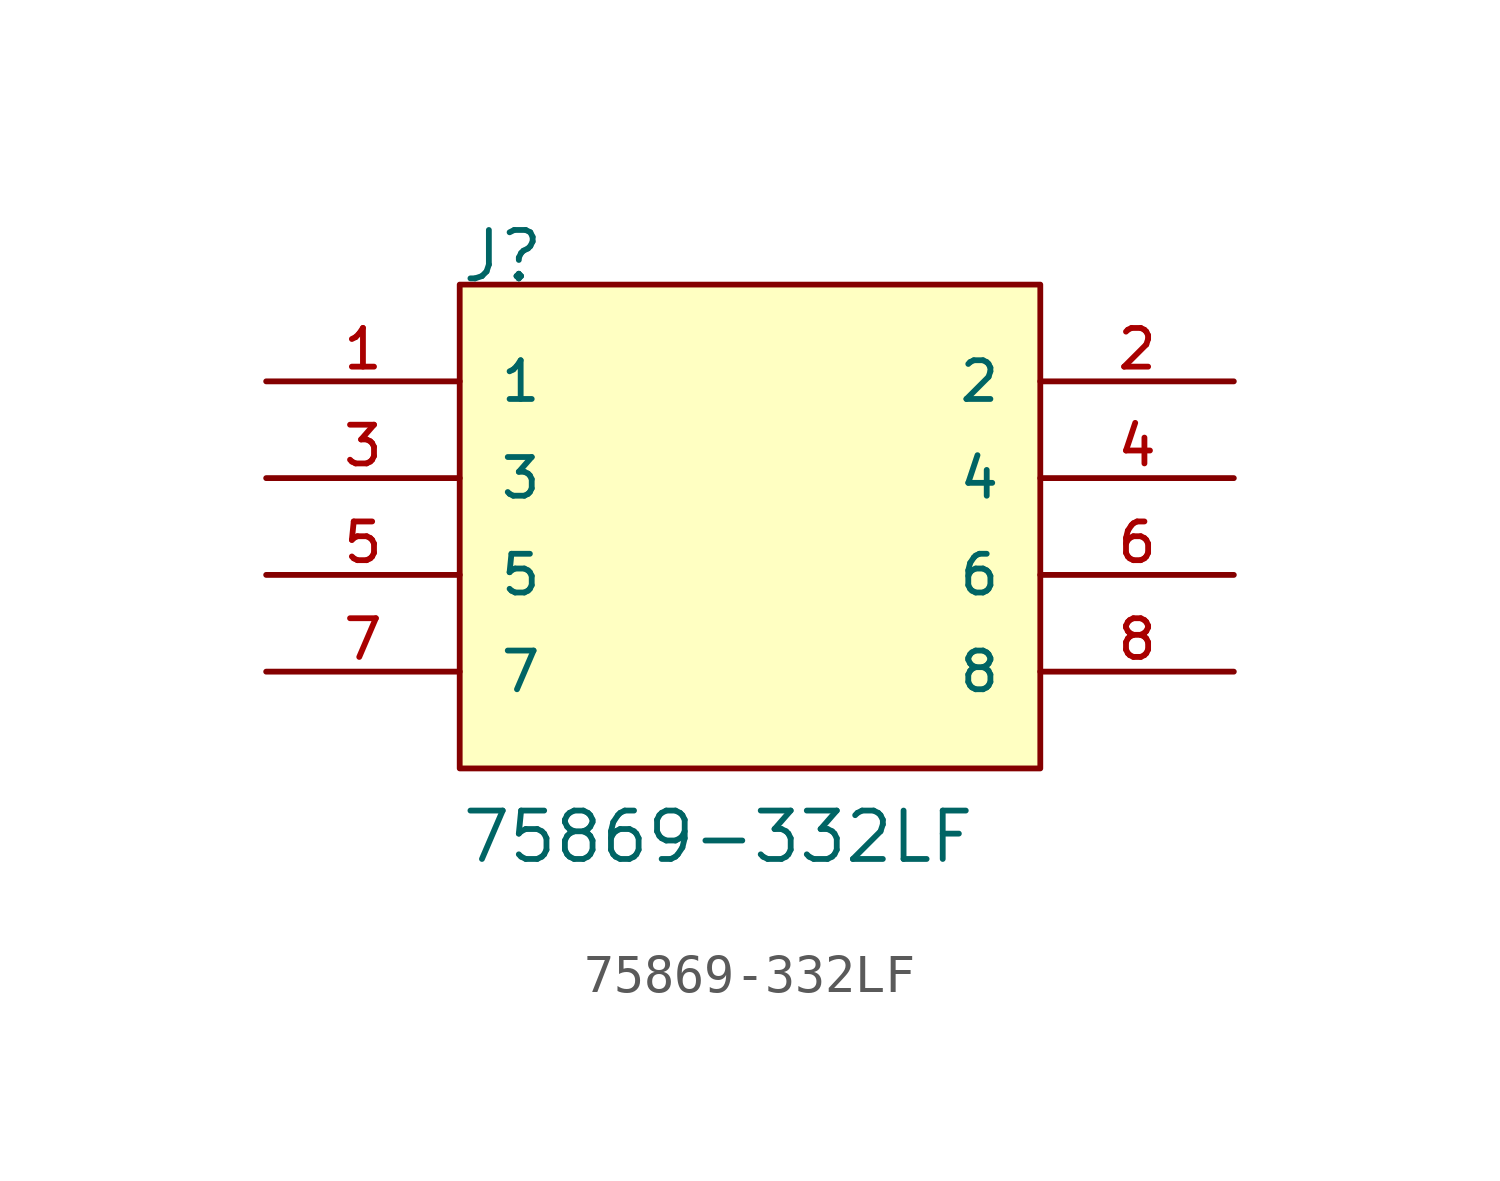
<source format=kicad_sym>
(kicad_symbol_lib
  (version 20211014)
  (generator kicad_symbol_editor)
  (symbol "75869-332LF"
    (pin_names
      (offset 1.016))
    (property "Reference" "J"
      (at -7.62 7.62 0)
      (effects (font (size 1.27 1.27)) (justify bottom left)))
    (property "Value" "75869-332LF"
      (at -7.62 -7.62 0)
      (effects (font (size 1.27 1.27)) (justify bottom left)))
    (symbol "75869-332LF_0_0"
      (rectangle (start -7.62 -5.08) (end 7.62 7.62) (stroke (width 0.152)) (fill (type background)))
      (pin passive line (at -12.7 5.08 0) (length 5.08) (name "1" (effects (font (size 1.016 1.016)))) (number "1" (effects (font (size 1.016 1.016)))))
      (pin passive line (at 12.7 5.08 180.0) (length 5.08) (name "2" (effects (font (size 1.016 1.016)))) (number "2" (effects (font (size 1.016 1.016)))))
      (pin passive line (at -12.7 2.54 0) (length 5.08) (name "3" (effects (font (size 1.016 1.016)))) (number "3" (effects (font (size 1.016 1.016)))))
      (pin passive line (at 12.7 2.54 180.0) (length 5.08) (name "4" (effects (font (size 1.016 1.016)))) (number "4" (effects (font (size 1.016 1.016)))))
      (pin passive line (at -12.7 0.0 0) (length 5.08) (name "5" (effects (font (size 1.016 1.016)))) (number "5" (effects (font (size 1.016 1.016)))))
      (pin passive line (at 12.7 0.0 180.0) (length 5.08) (name "6" (effects (font (size 1.016 1.016)))) (number "6" (effects (font (size 1.016 1.016)))))
      (pin passive line (at -12.7 -2.54 0) (length 5.08) (name "7" (effects (font (size 1.016 1.016)))) (number "7" (effects (font (size 1.016 1.016)))))
      (pin passive line (at 12.7 -2.54 180.0) (length 5.08) (name "8" (effects (font (size 1.016 1.016)))) (number "8" (effects (font (size 1.016 1.016))))))))
</source>
